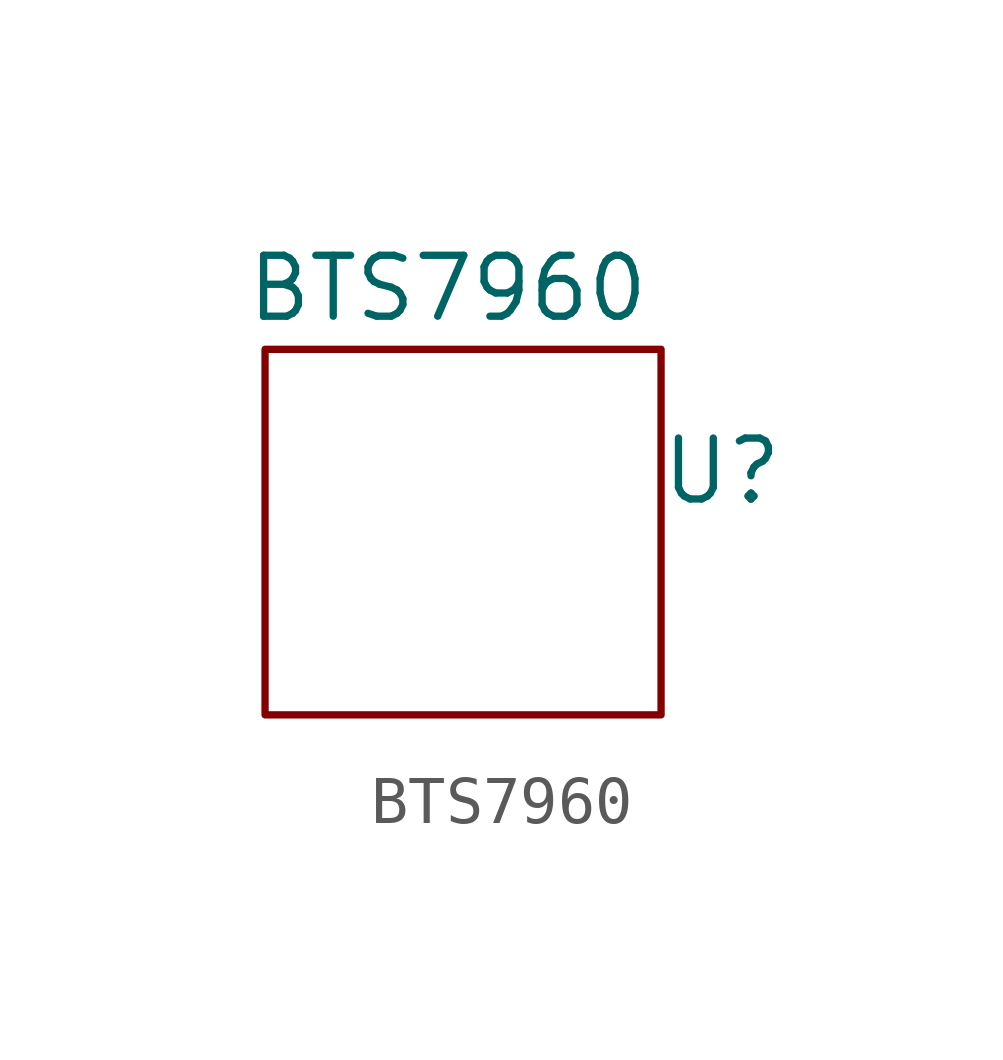
<source format=kicad_sym>
(kicad_symbol_lib
  (version 20211014)
  (generator kicad_symbol_editor)
  (symbol "BTS7960"
    (property "Reference" "U"
      (at 5.715 1.27 0)
      (effects (font (size 1.27 1.27))))
    (property "Value" "BTS7960"
      (at 0 5.08 0)
      (effects (font (size 1.27 1.27))))
    (symbol "BTS7960_0_1"
      (rectangle (start -3.81 3.81) (end 4.445 -3.81) (stroke (width 0) (type default) (color 0 0 0 0)) (fill (type none))))))
</source>
